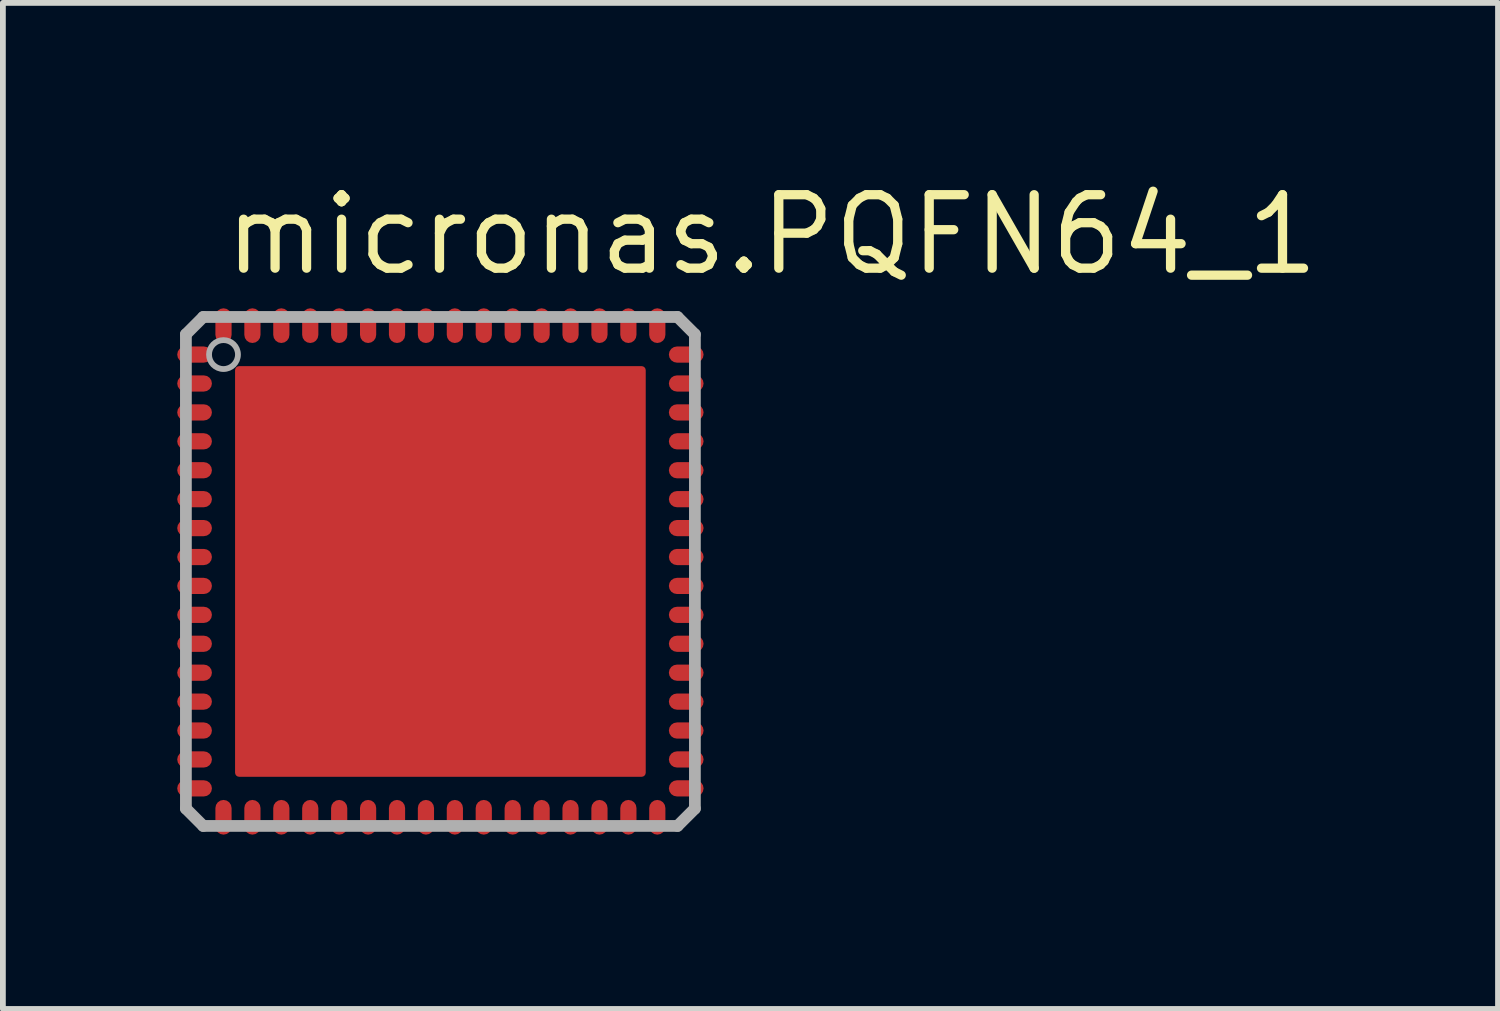
<source format=kicad_pcb>
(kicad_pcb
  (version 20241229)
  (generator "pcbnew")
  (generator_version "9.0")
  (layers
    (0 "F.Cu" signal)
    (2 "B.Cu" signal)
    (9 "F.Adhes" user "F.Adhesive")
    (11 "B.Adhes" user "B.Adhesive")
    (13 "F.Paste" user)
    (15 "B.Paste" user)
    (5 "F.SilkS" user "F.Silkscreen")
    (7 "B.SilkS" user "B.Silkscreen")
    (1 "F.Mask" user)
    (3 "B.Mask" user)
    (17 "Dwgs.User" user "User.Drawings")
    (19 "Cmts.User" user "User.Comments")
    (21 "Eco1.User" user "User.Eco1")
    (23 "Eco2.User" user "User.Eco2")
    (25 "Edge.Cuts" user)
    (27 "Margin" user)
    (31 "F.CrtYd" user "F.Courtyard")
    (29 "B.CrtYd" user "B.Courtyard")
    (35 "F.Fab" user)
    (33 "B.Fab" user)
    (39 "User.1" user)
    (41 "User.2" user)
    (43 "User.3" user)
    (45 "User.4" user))
  (footprint "micronas.PQFN64_1"
    (layer "F.Cu")
    (at 4.564 6.83)
    (property "Reference" "micronas.PQFN64_1" (at -3.81 -5.08 0) (layer "F.SilkS") (effects (font (size 1.27 1.27) (thickness 0.16)) (justify left bottom)))
    (attr smd)
    (fp_poly (pts (xy -4.463 -3.812) (xy -4.037 -3.812) (xy -4.037 -3.688) (xy -4.463 -3.688)) (stroke (width 0.203) (type default)) (fill yes) (layer "F.Mask"))
    (fp_poly (pts (xy -4.463 -3.312) (xy -4.037 -3.312) (xy -4.037 -3.188) (xy -4.463 -3.188)) (stroke (width 0.203) (type default)) (fill yes) (layer "F.Mask"))
    (fp_poly (pts (xy -4.463 -2.812) (xy -4.037 -2.812) (xy -4.037 -2.688) (xy -4.463 -2.688)) (stroke (width 0.203) (type default)) (fill yes) (layer "F.Mask"))
    (fp_poly (pts (xy -4.463 -2.312) (xy -4.037 -2.312) (xy -4.037 -2.188) (xy -4.463 -2.188)) (stroke (width 0.203) (type default)) (fill yes) (layer "F.Mask"))
    (fp_poly (pts (xy -4.463 -1.812) (xy -4.037 -1.812) (xy -4.037 -1.688) (xy -4.463 -1.688)) (stroke (width 0.203) (type default)) (fill yes) (layer "F.Mask"))
    (fp_poly (pts (xy -4.463 -1.312) (xy -4.037 -1.312) (xy -4.037 -1.188) (xy -4.463 -1.188)) (stroke (width 0.203) (type default)) (fill yes) (layer "F.Mask"))
    (fp_poly (pts (xy -4.463 -0.812) (xy -4.037 -0.812) (xy -4.037 -0.688) (xy -4.463 -0.688)) (stroke (width 0.203) (type default)) (fill yes) (layer "F.Mask"))
    (fp_poly (pts (xy -4.463 -0.312) (xy -4.037 -0.312) (xy -4.037 -0.188) (xy -4.463 -0.188)) (stroke (width 0.203) (type default)) (fill yes) (layer "F.Mask"))
    (fp_poly (pts (xy -4.463 0.188) (xy -4.037 0.188) (xy -4.037 0.312) (xy -4.463 0.312)) (stroke (width 0.203) (type default)) (fill yes) (layer "F.Mask"))
    (fp_poly (pts (xy -4.463 0.688) (xy -4.037 0.688) (xy -4.037 0.812) (xy -4.463 0.812)) (stroke (width 0.203) (type default)) (fill yes) (layer "F.Mask"))
    (fp_poly (pts (xy -4.463 1.188) (xy -4.037 1.188) (xy -4.037 1.312) (xy -4.463 1.312)) (stroke (width 0.203) (type default)) (fill yes) (layer "F.Mask"))
    (fp_poly (pts (xy -4.463 1.688) (xy -4.037 1.688) (xy -4.037 1.812) (xy -4.463 1.812)) (stroke (width 0.203) (type default)) (fill yes) (layer "F.Mask"))
    (fp_poly (pts (xy -4.463 2.188) (xy -4.037 2.188) (xy -4.037 2.312) (xy -4.463 2.312)) (stroke (width 0.203) (type default)) (fill yes) (layer "F.Mask"))
    (fp_poly (pts (xy -4.463 2.688) (xy -4.037 2.688) (xy -4.037 2.812) (xy -4.463 2.812)) (stroke (width 0.203) (type default)) (fill yes) (layer "F.Mask"))
    (fp_poly (pts (xy -4.463 3.188) (xy -4.037 3.188) (xy -4.037 3.312) (xy -4.463 3.312)) (stroke (width 0.203) (type default)) (fill yes) (layer "F.Mask"))
    (fp_poly (pts (xy -4.463 3.688) (xy -4.037 3.688) (xy -4.037 3.812) (xy -4.463 3.812)) (stroke (width 0.203) (type default)) (fill yes) (layer "F.Mask"))
    (fp_poly (pts (xy -3.812 4.463) (xy -3.812 4.037) (xy -3.688 4.037) (xy -3.688 4.463)) (stroke (width 0.203) (type default)) (fill yes) (layer "F.Mask"))
    (fp_poly (pts (xy -3.688 -4.463) (xy -3.688 -4.037) (xy -3.812 -4.037) (xy -3.812 -4.463)) (stroke (width 0.203) (type default)) (fill yes) (layer "F.Mask"))
    (fp_poly (pts (xy -3.312 4.463) (xy -3.312 4.037) (xy -3.188 4.037) (xy -3.188 4.463)) (stroke (width 0.203) (type default)) (fill yes) (layer "F.Mask"))
    (fp_poly (pts (xy -3.188 -4.463) (xy -3.188 -4.037) (xy -3.312 -4.037) (xy -3.312 -4.463)) (stroke (width 0.203) (type default)) (fill yes) (layer "F.Mask"))
    (fp_poly (pts (xy -2.812 4.463) (xy -2.812 4.037) (xy -2.688 4.037) (xy -2.688 4.463)) (stroke (width 0.203) (type default)) (fill yes) (layer "F.Mask"))
    (fp_poly (pts (xy -2.688 -4.463) (xy -2.688 -4.037) (xy -2.812 -4.037) (xy -2.812 -4.463)) (stroke (width 0.203) (type default)) (fill yes) (layer "F.Mask"))
    (fp_poly (pts (xy -2.312 4.463) (xy -2.312 4.037) (xy -2.188 4.037) (xy -2.188 4.463)) (stroke (width 0.203) (type default)) (fill yes) (layer "F.Mask"))
    (fp_poly (pts (xy -2.188 -4.463) (xy -2.188 -4.037) (xy -2.312 -4.037) (xy -2.312 -4.463)) (stroke (width 0.203) (type default)) (fill yes) (layer "F.Mask"))
    (fp_poly (pts (xy -1.812 4.463) (xy -1.812 4.037) (xy -1.688 4.037) (xy -1.688 4.463)) (stroke (width 0.203) (type default)) (fill yes) (layer "F.Mask"))
    (fp_poly (pts (xy -1.688 -4.463) (xy -1.688 -4.037) (xy -1.812 -4.037) (xy -1.812 -4.463)) (stroke (width 0.203) (type default)) (fill yes) (layer "F.Mask"))
    (fp_poly (pts (xy -1.312 4.463) (xy -1.312 4.037) (xy -1.188 4.037) (xy -1.188 4.463)) (stroke (width 0.203) (type default)) (fill yes) (layer "F.Mask"))
    (fp_poly (pts (xy -1.188 -4.463) (xy -1.188 -4.037) (xy -1.312 -4.037) (xy -1.312 -4.463)) (stroke (width 0.203) (type default)) (fill yes) (layer "F.Mask"))
    (fp_poly (pts (xy -0.812 4.463) (xy -0.812 4.037) (xy -0.688 4.037) (xy -0.688 4.463)) (stroke (width 0.203) (type default)) (fill yes) (layer "F.Mask"))
    (fp_poly (pts (xy -0.688 -4.463) (xy -0.688 -4.037) (xy -0.812 -4.037) (xy -0.812 -4.463)) (stroke (width 0.203) (type default)) (fill yes) (layer "F.Mask"))
    (fp_poly (pts (xy -0.312 4.463) (xy -0.312 4.037) (xy -0.188 4.037) (xy -0.188 4.463)) (stroke (width 0.203) (type default)) (fill yes) (layer "F.Mask"))
    (fp_poly (pts (xy -0.188 -4.463) (xy -0.188 -4.037) (xy -0.312 -4.037) (xy -0.312 -4.463)) (stroke (width 0.203) (type default)) (fill yes) (layer "F.Mask"))
    (fp_poly (pts (xy 0.188 4.463) (xy 0.188 4.037) (xy 0.312 4.037) (xy 0.312 4.463)) (stroke (width 0.203) (type default)) (fill yes) (layer "F.Mask"))
    (fp_poly (pts (xy 0.312 -4.463) (xy 0.312 -4.037) (xy 0.188 -4.037) (xy 0.188 -4.463)) (stroke (width 0.203) (type default)) (fill yes) (layer "F.Mask"))
    (fp_poly (pts (xy 0.688 4.463) (xy 0.688 4.037) (xy 0.812 4.037) (xy 0.812 4.463)) (stroke (width 0.203) (type default)) (fill yes) (layer "F.Mask"))
    (fp_poly (pts (xy 0.812 -4.463) (xy 0.812 -4.037) (xy 0.688 -4.037) (xy 0.688 -4.463)) (stroke (width 0.203) (type default)) (fill yes) (layer "F.Mask"))
    (fp_poly (pts (xy 1.188 4.463) (xy 1.188 4.037) (xy 1.312 4.037) (xy 1.312 4.463)) (stroke (width 0.203) (type default)) (fill yes) (layer "F.Mask"))
    (fp_poly (pts (xy 1.312 -4.463) (xy 1.312 -4.037) (xy 1.188 -4.037) (xy 1.188 -4.463)) (stroke (width 0.203) (type default)) (fill yes) (layer "F.Mask"))
    (fp_poly (pts (xy 1.688 4.463) (xy 1.688 4.037) (xy 1.812 4.037) (xy 1.812 4.463)) (stroke (width 0.203) (type default)) (fill yes) (layer "F.Mask"))
    (fp_poly (pts (xy 1.812 -4.463) (xy 1.812 -4.037) (xy 1.688 -4.037) (xy 1.688 -4.463)) (stroke (width 0.203) (type default)) (fill yes) (layer "F.Mask"))
    (fp_poly (pts (xy 2.188 4.463) (xy 2.188 4.037) (xy 2.312 4.037) (xy 2.312 4.463)) (stroke (width 0.203) (type default)) (fill yes) (layer "F.Mask"))
    (fp_poly (pts (xy 2.312 -4.463) (xy 2.312 -4.037) (xy 2.188 -4.037) (xy 2.188 -4.463)) (stroke (width 0.203) (type default)) (fill yes) (layer "F.Mask"))
    (fp_poly (pts (xy 2.688 4.463) (xy 2.688 4.037) (xy 2.812 4.037) (xy 2.812 4.463)) (stroke (width 0.203) (type default)) (fill yes) (layer "F.Mask"))
    (fp_poly (pts (xy 2.812 -4.463) (xy 2.812 -4.037) (xy 2.688 -4.037) (xy 2.688 -4.463)) (stroke (width 0.203) (type default)) (fill yes) (layer "F.Mask"))
    (fp_poly (pts (xy 3.188 4.463) (xy 3.188 4.037) (xy 3.312 4.037) (xy 3.312 4.463)) (stroke (width 0.203) (type default)) (fill yes) (layer "F.Mask"))
    (fp_poly (pts (xy 3.312 -4.463) (xy 3.312 -4.037) (xy 3.188 -4.037) (xy 3.188 -4.463)) (stroke (width 0.203) (type default)) (fill yes) (layer "F.Mask"))
    (fp_poly (pts (xy 3.688 4.463) (xy 3.688 4.037) (xy 3.812 4.037) (xy 3.812 4.463)) (stroke (width 0.203) (type default)) (fill yes) (layer "F.Mask"))
    (fp_poly (pts (xy 3.812 -4.463) (xy 3.812 -4.037) (xy 3.688 -4.037) (xy 3.688 -4.463)) (stroke (width 0.203) (type default)) (fill yes) (layer "F.Mask"))
    (fp_poly (pts (xy 4.463 -3.688) (xy 4.037 -3.688) (xy 4.037 -3.812) (xy 4.463 -3.812)) (stroke (width 0.203) (type default)) (fill yes) (layer "F.Mask"))
    (fp_poly (pts (xy 4.463 -3.188) (xy 4.037 -3.188) (xy 4.037 -3.312) (xy 4.463 -3.312)) (stroke (width 0.203) (type default)) (fill yes) (layer "F.Mask"))
    (fp_poly (pts (xy 4.463 -2.688) (xy 4.037 -2.688) (xy 4.037 -2.812) (xy 4.463 -2.812)) (stroke (width 0.203) (type default)) (fill yes) (layer "F.Mask"))
    (fp_poly (pts (xy 4.463 -2.188) (xy 4.037 -2.188) (xy 4.037 -2.312) (xy 4.463 -2.312)) (stroke (width 0.203) (type default)) (fill yes) (layer "F.Mask"))
    (fp_poly (pts (xy 4.463 -1.688) (xy 4.037 -1.688) (xy 4.037 -1.812) (xy 4.463 -1.812)) (stroke (width 0.203) (type default)) (fill yes) (layer "F.Mask"))
    (fp_poly (pts (xy 4.463 -1.188) (xy 4.037 -1.188) (xy 4.037 -1.312) (xy 4.463 -1.312)) (stroke (width 0.203) (type default)) (fill yes) (layer "F.Mask"))
    (fp_poly (pts (xy 4.463 -0.688) (xy 4.037 -0.688) (xy 4.037 -0.812) (xy 4.463 -0.812)) (stroke (width 0.203) (type default)) (fill yes) (layer "F.Mask"))
    (fp_poly (pts (xy 4.463 -0.188) (xy 4.037 -0.188) (xy 4.037 -0.312) (xy 4.463 -0.312)) (stroke (width 0.203) (type default)) (fill yes) (layer "F.Mask"))
    (fp_poly (pts (xy 4.463 0.312) (xy 4.037 0.312) (xy 4.037 0.188) (xy 4.463 0.188)) (stroke (width 0.203) (type default)) (fill yes) (layer "F.Mask"))
    (fp_poly (pts (xy 4.463 0.812) (xy 4.037 0.812) (xy 4.037 0.688) (xy 4.463 0.688)) (stroke (width 0.203) (type default)) (fill yes) (layer "F.Mask"))
    (fp_poly (pts (xy 4.463 1.312) (xy 4.037 1.312) (xy 4.037 1.188) (xy 4.463 1.188)) (stroke (width 0.203) (type default)) (fill yes) (layer "F.Mask"))
    (fp_poly (pts (xy 4.463 1.812) (xy 4.037 1.812) (xy 4.037 1.688) (xy 4.463 1.688)) (stroke (width 0.203) (type default)) (fill yes) (layer "F.Mask"))
    (fp_poly (pts (xy 4.463 2.312) (xy 4.037 2.312) (xy 4.037 2.188) (xy 4.463 2.188)) (stroke (width 0.203) (type default)) (fill yes) (layer "F.Mask"))
    (fp_poly (pts (xy 4.463 2.812) (xy 4.037 2.812) (xy 4.037 2.688) (xy 4.463 2.688)) (stroke (width 0.203) (type default)) (fill yes) (layer "F.Mask"))
    (fp_poly (pts (xy 4.463 3.312) (xy 4.037 3.312) (xy 4.037 3.188) (xy 4.463 3.188)) (stroke (width 0.203) (type default)) (fill yes) (layer "F.Mask"))
    (fp_poly (pts (xy 4.463 3.812) (xy 4.037 3.812) (xy 4.037 3.688) (xy 4.463 3.688)) (stroke (width 0.203) (type default)) (fill yes) (layer "F.Mask"))
    (fp_line (start -4.4 -4.1) (end -4.4 4.1) (stroke (width 0.203) (type default)) (layer "F.Fab"))
    (fp_line (start -4.4 4.1) (end -4.1 4.4) (stroke (width 0.203) (type default)) (layer "F.Fab"))
    (fp_line (start -4.1 -4.4) (end -4.4 -4.1) (stroke (width 0.203) (type default)) (layer "F.Fab"))
    (fp_line (start -4.1 4.4) (end 4.1 4.4) (stroke (width 0.203) (type default)) (layer "F.Fab"))
    (fp_line (start 4.1 -4.4) (end -4.1 -4.4) (stroke (width 0.203) (type default)) (layer "F.Fab"))
    (fp_line (start 4.1 4.4) (end 4.4 4.1) (stroke (width 0.203) (type default)) (layer "F.Fab"))
    (fp_line (start 4.4 -4.1) (end 4.1 -4.4) (stroke (width 0.203) (type default)) (layer "F.Fab"))
    (fp_line (start 4.4 4.1) (end 4.4 -4.1) (stroke (width 0.203) (type default)) (layer "F.Fab"))
    (fp_circle (center -3.75 -3.75) (end -3.5 -3.75) (stroke (width 0.1) (type default)) (fill no) (layer "F.Fab"))
    (pad "1" smd roundrect (at -4.25 -3.75) (size 0.6 0.28) (layers "F.Cu" "F.Mask" "F.Paste") (roundrect_rratio 0.5))
    (pad "2" smd roundrect (at -4.25 -3.25) (size 0.6 0.28) (layers "F.Cu" "F.Mask" "F.Paste") (roundrect_rratio 0.5))
    (pad "3" smd roundrect (at -4.25 -2.75) (size 0.6 0.28) (layers "F.Cu" "F.Mask" "F.Paste") (roundrect_rratio 0.5))
    (pad "4" smd roundrect (at -4.25 -2.25) (size 0.6 0.28) (layers "F.Cu" "F.Mask" "F.Paste") (roundrect_rratio 0.5))
    (pad "5" smd roundrect (at -4.25 -1.75) (size 0.6 0.28) (layers "F.Cu" "F.Mask" "F.Paste") (roundrect_rratio 0.5))
    (pad "6" smd roundrect (at -4.25 -1.25) (size 0.6 0.28) (layers "F.Cu" "F.Mask" "F.Paste") (roundrect_rratio 0.5))
    (pad "7" smd roundrect (at -4.25 -0.75) (size 0.6 0.28) (layers "F.Cu" "F.Mask" "F.Paste") (roundrect_rratio 0.5))
    (pad "8" smd roundrect (at -4.25 -0.25) (size 0.6 0.28) (layers "F.Cu" "F.Mask" "F.Paste") (roundrect_rratio 0.5))
    (pad "9" smd roundrect (at -4.25 0.25) (size 0.6 0.28) (layers "F.Cu" "F.Mask" "F.Paste") (roundrect_rratio 0.5))
    (pad "10" smd roundrect (at -4.25 0.75) (size 0.6 0.28) (layers "F.Cu" "F.Mask" "F.Paste") (roundrect_rratio 0.5))
    (pad "11" smd roundrect (at -4.25 1.25) (size 0.6 0.28) (layers "F.Cu" "F.Mask" "F.Paste") (roundrect_rratio 0.5))
    (pad "12" smd roundrect (at -4.25 1.75) (size 0.6 0.28) (layers "F.Cu" "F.Mask" "F.Paste") (roundrect_rratio 0.5))
    (pad "13" smd roundrect (at -4.25 2.25) (size 0.6 0.28) (layers "F.Cu" "F.Mask" "F.Paste") (roundrect_rratio 0.5))
    (pad "14" smd roundrect (at -4.25 2.75) (size 0.6 0.28) (layers "F.Cu" "F.Mask" "F.Paste") (roundrect_rratio 0.5))
    (pad "15" smd roundrect (at -4.25 3.25) (size 0.6 0.28) (layers "F.Cu" "F.Mask" "F.Paste") (roundrect_rratio 0.5))
    (pad "16" smd roundrect (at -4.25 3.75) (size 0.6 0.28) (layers "F.Cu" "F.Mask" "F.Paste") (roundrect_rratio 0.5))
    (pad "17" smd roundrect (at -3.75 4.25 90) (size 0.6 0.28) (layers "F.Cu" "F.Mask" "F.Paste") (roundrect_rratio 0.5))
    (pad "18" smd roundrect (at -3.25 4.25 90) (size 0.6 0.28) (layers "F.Cu" "F.Mask" "F.Paste") (roundrect_rratio 0.5))
    (pad "19" smd roundrect (at -2.75 4.25 90) (size 0.6 0.28) (layers "F.Cu" "F.Mask" "F.Paste") (roundrect_rratio 0.5))
    (pad "20" smd roundrect (at -2.25 4.25 90) (size 0.6 0.28) (layers "F.Cu" "F.Mask" "F.Paste") (roundrect_rratio 0.5))
    (pad "21" smd roundrect (at -1.75 4.25 90) (size 0.6 0.28) (layers "F.Cu" "F.Mask" "F.Paste") (roundrect_rratio 0.5))
    (pad "22" smd roundrect (at -1.25 4.25 90) (size 0.6 0.28) (layers "F.Cu" "F.Mask" "F.Paste") (roundrect_rratio 0.5))
    (pad "23" smd roundrect (at -0.75 4.25 90) (size 0.6 0.28) (layers "F.Cu" "F.Mask" "F.Paste") (roundrect_rratio 0.5))
    (pad "24" smd roundrect (at -0.25 4.25 90) (size 0.6 0.28) (layers "F.Cu" "F.Mask" "F.Paste") (roundrect_rratio 0.5))
    (pad "25" smd roundrect (at 0.25 4.25 90) (size 0.6 0.28) (layers "F.Cu" "F.Mask" "F.Paste") (roundrect_rratio 0.5))
    (pad "26" smd roundrect (at 0.75 4.25 90) (size 0.6 0.28) (layers "F.Cu" "F.Mask" "F.Paste") (roundrect_rratio 0.5))
    (pad "27" smd roundrect (at 1.25 4.25 90) (size 0.6 0.28) (layers "F.Cu" "F.Mask" "F.Paste") (roundrect_rratio 0.5))
    (pad "28" smd roundrect (at 1.75 4.25 90) (size 0.6 0.28) (layers "F.Cu" "F.Mask" "F.Paste") (roundrect_rratio 0.5))
    (pad "29" smd roundrect (at 2.25 4.25 90) (size 0.6 0.28) (layers "F.Cu" "F.Mask" "F.Paste") (roundrect_rratio 0.5))
    (pad "30" smd roundrect (at 2.75 4.25 90) (size 0.6 0.28) (layers "F.Cu" "F.Mask" "F.Paste") (roundrect_rratio 0.5))
    (pad "31" smd roundrect (at 3.25 4.25 90) (size 0.6 0.28) (layers "F.Cu" "F.Mask" "F.Paste") (roundrect_rratio 0.5))
    (pad "32" smd roundrect (at 3.75 4.25 90) (size 0.6 0.28) (layers "F.Cu" "F.Mask" "F.Paste") (roundrect_rratio 0.5))
    (pad "33" smd roundrect (at 4.25 3.75 180) (size 0.6 0.28) (layers "F.Cu" "F.Mask" "F.Paste") (roundrect_rratio 0.5))
    (pad "34" smd roundrect (at 4.25 3.25 180) (size 0.6 0.28) (layers "F.Cu" "F.Mask" "F.Paste") (roundrect_rratio 0.5))
    (pad "35" smd roundrect (at 4.25 2.75 180) (size 0.6 0.28) (layers "F.Cu" "F.Mask" "F.Paste") (roundrect_rratio 0.5))
    (pad "36" smd roundrect (at 4.25 2.25 180) (size 0.6 0.28) (layers "F.Cu" "F.Mask" "F.Paste") (roundrect_rratio 0.5))
    (pad "37" smd roundrect (at 4.25 1.75 180) (size 0.6 0.28) (layers "F.Cu" "F.Mask" "F.Paste") (roundrect_rratio 0.5))
    (pad "38" smd roundrect (at 4.25 1.25 180) (size 0.6 0.28) (layers "F.Cu" "F.Mask" "F.Paste") (roundrect_rratio 0.5))
    (pad "39" smd roundrect (at 4.25 0.75 180) (size 0.6 0.28) (layers "F.Cu" "F.Mask" "F.Paste") (roundrect_rratio 0.5))
    (pad "40" smd roundrect (at 4.25 0.25 180) (size 0.6 0.28) (layers "F.Cu" "F.Mask" "F.Paste") (roundrect_rratio 0.5))
    (pad "41" smd roundrect (at 4.25 -0.25 180) (size 0.6 0.28) (layers "F.Cu" "F.Mask" "F.Paste") (roundrect_rratio 0.5))
    (pad "42" smd roundrect (at 4.25 -0.75 180) (size 0.6 0.28) (layers "F.Cu" "F.Mask" "F.Paste") (roundrect_rratio 0.5))
    (pad "43" smd roundrect (at 4.25 -1.25 180) (size 0.6 0.28) (layers "F.Cu" "F.Mask" "F.Paste") (roundrect_rratio 0.5))
    (pad "44" smd roundrect (at 4.25 -1.75 180) (size 0.6 0.28) (layers "F.Cu" "F.Mask" "F.Paste") (roundrect_rratio 0.5))
    (pad "45" smd roundrect (at 4.25 -2.25 180) (size 0.6 0.28) (layers "F.Cu" "F.Mask" "F.Paste") (roundrect_rratio 0.5))
    (pad "46" smd roundrect (at 4.25 -2.75 180) (size 0.6 0.28) (layers "F.Cu" "F.Mask" "F.Paste") (roundrect_rratio 0.5))
    (pad "47" smd roundrect (at 4.25 -3.25 180) (size 0.6 0.28) (layers "F.Cu" "F.Mask" "F.Paste") (roundrect_rratio 0.5))
    (pad "48" smd roundrect (at 4.25 -3.75 180) (size 0.6 0.28) (layers "F.Cu" "F.Mask" "F.Paste") (roundrect_rratio 0.5))
    (pad "49" smd roundrect (at 3.75 -4.25 270) (size 0.6 0.28) (layers "F.Cu" "F.Mask" "F.Paste") (roundrect_rratio 0.5))
    (pad "50" smd roundrect (at 3.25 -4.25 270) (size 0.6 0.28) (layers "F.Cu" "F.Mask" "F.Paste") (roundrect_rratio 0.5))
    (pad "51" smd roundrect (at 2.75 -4.25 270) (size 0.6 0.28) (layers "F.Cu" "F.Mask" "F.Paste") (roundrect_rratio 0.5))
    (pad "52" smd roundrect (at 2.25 -4.25 270) (size 0.6 0.28) (layers "F.Cu" "F.Mask" "F.Paste") (roundrect_rratio 0.5))
    (pad "53" smd roundrect (at 1.75 -4.25 270) (size 0.6 0.28) (layers "F.Cu" "F.Mask" "F.Paste") (roundrect_rratio 0.5))
    (pad "54" smd roundrect (at 1.25 -4.25 270) (size 0.6 0.28) (layers "F.Cu" "F.Mask" "F.Paste") (roundrect_rratio 0.5))
    (pad "55" smd roundrect (at 0.75 -4.25 270) (size 0.6 0.28) (layers "F.Cu" "F.Mask" "F.Paste") (roundrect_rratio 0.5))
    (pad "56" smd roundrect (at 0.25 -4.25 270) (size 0.6 0.28) (layers "F.Cu" "F.Mask" "F.Paste") (roundrect_rratio 0.5))
    (pad "57" smd roundrect (at -0.25 -4.25 270) (size 0.6 0.28) (layers "F.Cu" "F.Mask" "F.Paste") (roundrect_rratio 0.5))
    (pad "58" smd roundrect (at -0.75 -4.25 270) (size 0.6 0.28) (layers "F.Cu" "F.Mask" "F.Paste") (roundrect_rratio 0.5))
    (pad "59" smd roundrect (at -1.25 -4.25 270) (size 0.6 0.28) (layers "F.Cu" "F.Mask" "F.Paste") (roundrect_rratio 0.5))
    (pad "60" smd roundrect (at -1.75 -4.25 270) (size 0.6 0.28) (layers "F.Cu" "F.Mask" "F.Paste") (roundrect_rratio 0.5))
    (pad "61" smd roundrect (at -2.25 -4.25 270) (size 0.6 0.28) (layers "F.Cu" "F.Mask" "F.Paste") (roundrect_rratio 0.5))
    (pad "62" smd roundrect (at -2.75 -4.25 270) (size 0.6 0.28) (layers "F.Cu" "F.Mask" "F.Paste") (roundrect_rratio 0.5))
    (pad "63" smd roundrect (at -3.25 -4.25 270) (size 0.6 0.28) (layers "F.Cu" "F.Mask" "F.Paste") (roundrect_rratio 0.5))
    (pad "64" smd roundrect (at -3.75 -4.25 270) (size 0.6 0.28) (layers "F.Cu" "F.Mask" "F.Paste") (roundrect_rratio 0.5))
    (pad "EXP" smd roundrect (at 0 0) (size 7.1 7.1) (layers "F.Cu" "F.Mask" "F.Paste") (roundrect_rratio 0.01)))
  (gr_rect
    (start -3 -3)
    (end 22.849 14.394)
    (stroke (width 0.1) (type default))
    (fill no)
    (layer "Edge.Cuts")))
</source>
